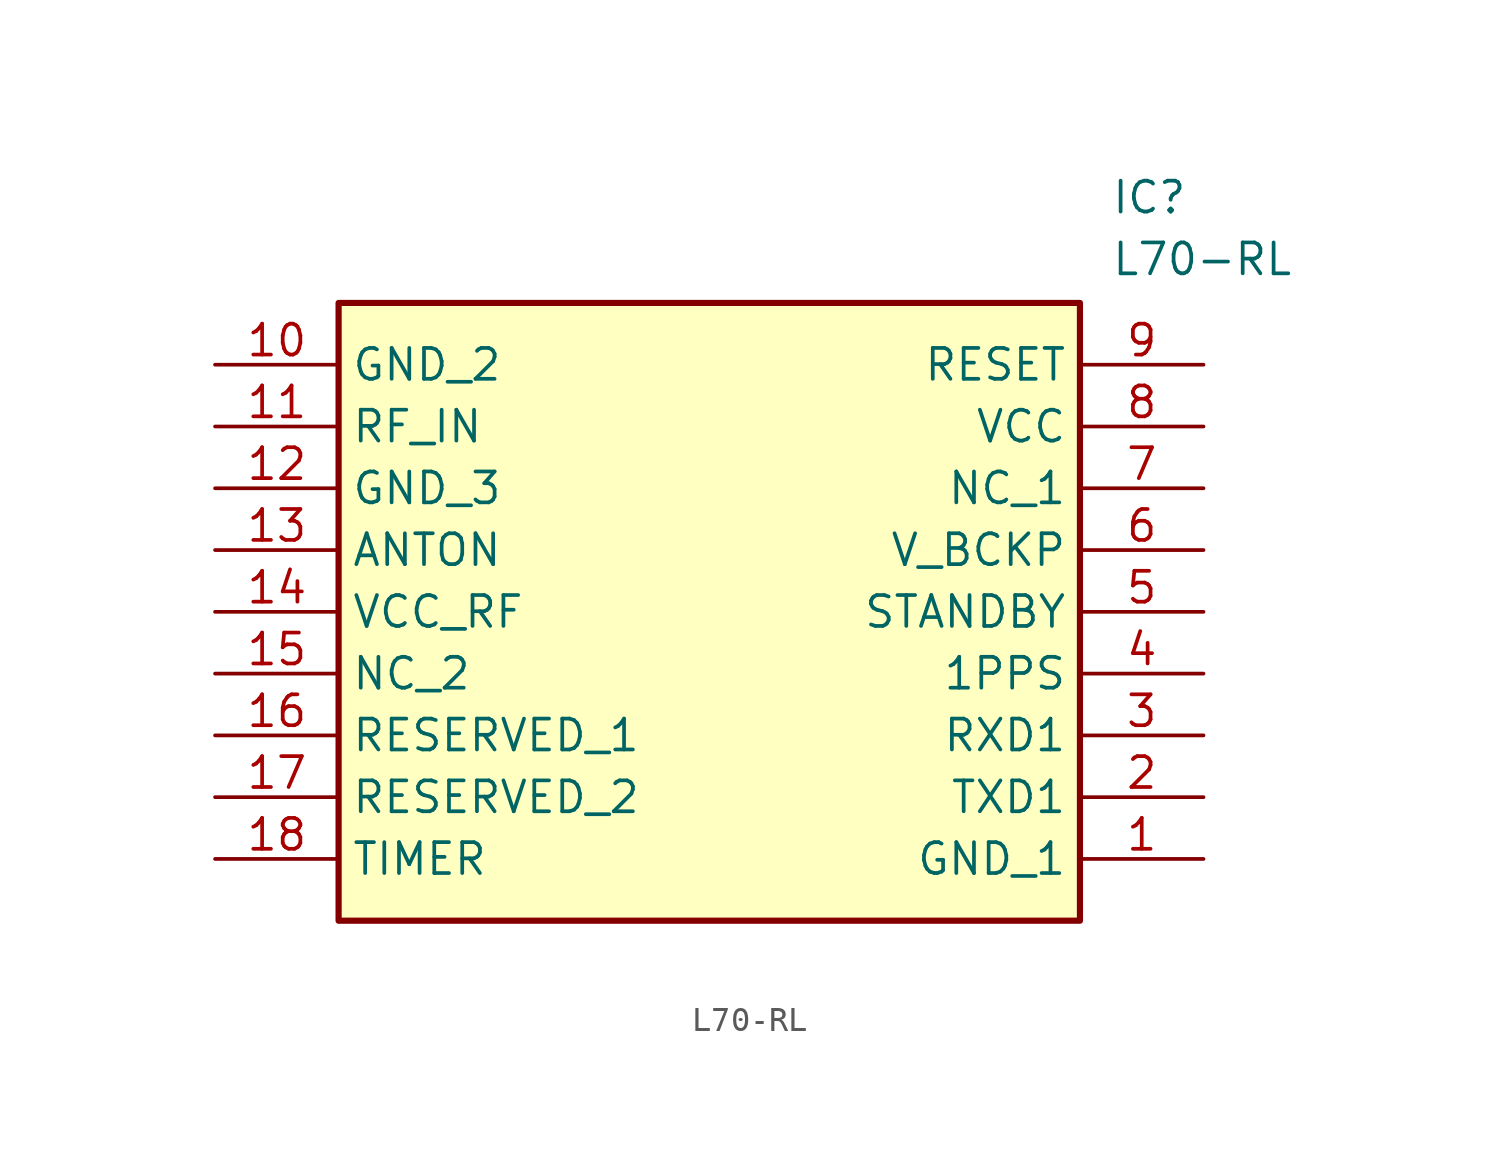
<source format=kicad_sym>
(kicad_symbol_lib
  (version 20211014)
  (generator SamacSys_ECAD_Model)
  (symbol "L70-RL"
    (property "Reference" "IC"
      (at 36.83 7.62 0)
      (effects (font (size 1.27 1.27)) (justify left top)))
    (property "Value" "L70-RL"
      (at 36.83 5.08 0)
      (effects (font (size 1.27 1.27)) (justify left top)))
    (rectangle
      (start 5.08 2.54)
      (end 35.56 -22.86)
      (stroke (width 0.254) (type default))
      (fill (type background)))
    (pin passive line
      (at 40.64 -20.32 180)
      (length 5.08)
      (name "GND_1" (effects (font (size 1.27 1.27))))
      (number "1" (effects (font (size 1.27 1.27)))))
    (pin passive line
      (at 40.64 -17.78 180)
      (length 5.08)
      (name "TXD1" (effects (font (size 1.27 1.27))))
      (number "2" (effects (font (size 1.27 1.27)))))
    (pin passive line
      (at 40.64 -15.24 180)
      (length 5.08)
      (name "RXD1" (effects (font (size 1.27 1.27))))
      (number "3" (effects (font (size 1.27 1.27)))))
    (pin passive line
      (at 40.64 -12.7 180)
      (length 5.08)
      (name "1PPS" (effects (font (size 1.27 1.27))))
      (number "4" (effects (font (size 1.27 1.27)))))
    (pin passive line
      (at 40.64 -10.16 180)
      (length 5.08)
      (name "STANDBY" (effects (font (size 1.27 1.27))))
      (number "5" (effects (font (size 1.27 1.27)))))
    (pin passive line
      (at 40.64 -7.62 180)
      (length 5.08)
      (name "V_BCKP" (effects (font (size 1.27 1.27))))
      (number "6" (effects (font (size 1.27 1.27)))))
    (pin passive line
      (at 40.64 -5.08 180)
      (length 5.08)
      (name "NC_1" (effects (font (size 1.27 1.27))))
      (number "7" (effects (font (size 1.27 1.27)))))
    (pin passive line
      (at 40.64 -2.54 180)
      (length 5.08)
      (name "VCC" (effects (font (size 1.27 1.27))))
      (number "8" (effects (font (size 1.27 1.27)))))
    (pin passive line
      (at 40.64 0 180)
      (length 5.08)
      (name "RESET" (effects (font (size 1.27 1.27))))
      (number "9" (effects (font (size 1.27 1.27)))))
    (pin passive line
      (at 0 0 0)
      (length 5.08)
      (name "GND_2" (effects (font (size 1.27 1.27))))
      (number "10" (effects (font (size 1.27 1.27)))))
    (pin passive line
      (at 0 -2.54 0)
      (length 5.08)
      (name "RF_IN" (effects (font (size 1.27 1.27))))
      (number "11" (effects (font (size 1.27 1.27)))))
    (pin passive line
      (at 0 -5.08 0)
      (length 5.08)
      (name "GND_3" (effects (font (size 1.27 1.27))))
      (number "12" (effects (font (size 1.27 1.27)))))
    (pin passive line
      (at 0 -7.62 0)
      (length 5.08)
      (name "ANTON" (effects (font (size 1.27 1.27))))
      (number "13" (effects (font (size 1.27 1.27)))))
    (pin passive line
      (at 0 -10.16 0)
      (length 5.08)
      (name "VCC_RF" (effects (font (size 1.27 1.27))))
      (number "14" (effects (font (size 1.27 1.27)))))
    (pin passive line
      (at 0 -12.7 0)
      (length 5.08)
      (name "NC_2" (effects (font (size 1.27 1.27))))
      (number "15" (effects (font (size 1.27 1.27)))))
    (pin passive line
      (at 0 -15.24 0)
      (length 5.08)
      (name "RESERVED_1" (effects (font (size 1.27 1.27))))
      (number "16" (effects (font (size 1.27 1.27)))))
    (pin passive line
      (at 0 -17.78 0)
      (length 5.08)
      (name "RESERVED_2" (effects (font (size 1.27 1.27))))
      (number "17" (effects (font (size 1.27 1.27)))))
    (pin passive line
      (at 0 -20.32 0)
      (length 5.08)
      (name "TIMER" (effects (font (size 1.27 1.27))))
      (number "18" (effects (font (size 1.27 1.27)))))))
</source>
